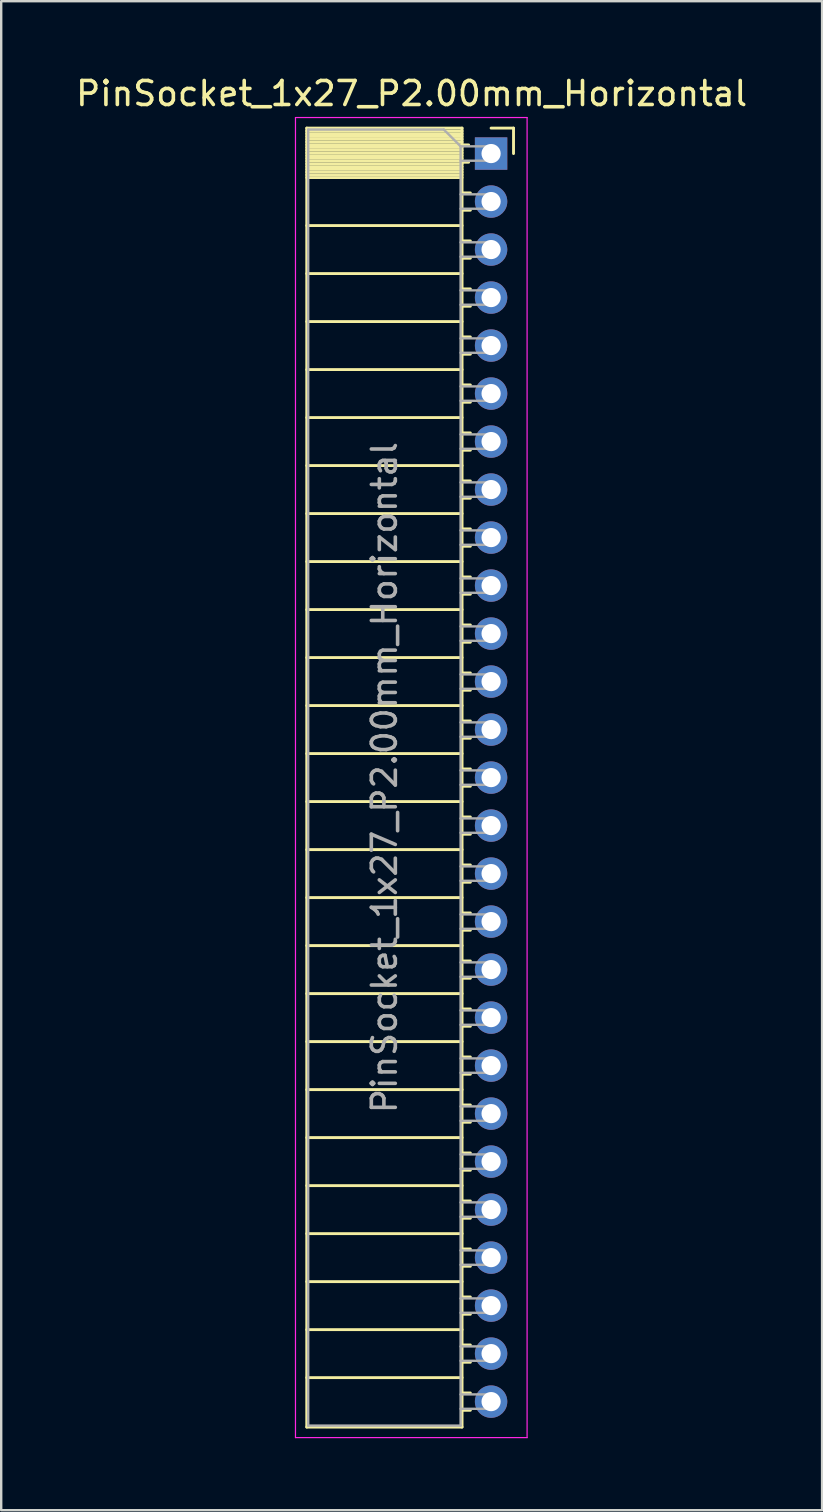
<source format=kicad_pcb>
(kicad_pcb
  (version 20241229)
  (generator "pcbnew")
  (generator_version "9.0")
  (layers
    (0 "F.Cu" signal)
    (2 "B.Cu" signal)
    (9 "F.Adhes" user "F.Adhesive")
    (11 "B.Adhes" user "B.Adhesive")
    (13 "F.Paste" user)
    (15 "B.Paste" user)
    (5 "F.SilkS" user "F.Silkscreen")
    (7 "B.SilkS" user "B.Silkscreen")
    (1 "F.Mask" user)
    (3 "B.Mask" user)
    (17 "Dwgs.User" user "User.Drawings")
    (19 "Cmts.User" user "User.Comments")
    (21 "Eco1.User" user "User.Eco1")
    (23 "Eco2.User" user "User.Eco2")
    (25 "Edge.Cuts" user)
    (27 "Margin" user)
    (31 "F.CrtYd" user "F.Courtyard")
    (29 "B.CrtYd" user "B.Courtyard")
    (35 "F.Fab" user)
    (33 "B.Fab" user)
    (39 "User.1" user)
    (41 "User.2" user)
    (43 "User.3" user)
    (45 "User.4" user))
  (footprint "PinSocket_1x27_P2.00mm_Horizontal"
    (layer "F.Cu")
    (at 17.411 3.348)
    (property "Reference" "PinSocket_1x27_P2.00mm_Horizontal" (at -3.31 -2.5 0) (layer "F.SilkS") (effects (font (size 1 1) (thickness 0.15))))
    (attr through_hole)
    (fp_line (start -7.68 -1.06) (end -7.68 53.06) (stroke (width 0.12) (type solid)) (layer "F.SilkS"))
    (fp_line (start -7.68 -1.06) (end -1.21 -1.06) (stroke (width 0.12) (type solid)) (layer "F.SilkS"))
    (fp_line (start -7.68 -0.94) (end -1.21 -0.94) (stroke (width 0.12) (type solid)) (layer "F.SilkS"))
    (fp_line (start -7.68 -0.826) (end -1.21 -0.826) (stroke (width 0.12) (type solid)) (layer "F.SilkS"))
    (fp_line (start -7.68 -0.712) (end -1.21 -0.712) (stroke (width 0.12) (type solid)) (layer "F.SilkS"))
    (fp_line (start -7.68 -0.598) (end -1.21 -0.598) (stroke (width 0.12) (type solid)) (layer "F.SilkS"))
    (fp_line (start -7.68 -0.484) (end -1.21 -0.484) (stroke (width 0.12) (type solid)) (layer "F.SilkS"))
    (fp_line (start -7.68 -0.369) (end -1.21 -0.369) (stroke (width 0.12) (type solid)) (layer "F.SilkS"))
    (fp_line (start -7.68 -0.255) (end -1.21 -0.255) (stroke (width 0.12) (type solid)) (layer "F.SilkS"))
    (fp_line (start -7.68 -0.141) (end -1.21 -0.141) (stroke (width 0.12) (type solid)) (layer "F.SilkS"))
    (fp_line (start -7.68 -0.027) (end -1.21 -0.027) (stroke (width 0.12) (type solid)) (layer "F.SilkS"))
    (fp_line (start -7.68 0.087) (end -1.21 0.087) (stroke (width 0.12) (type solid)) (layer "F.SilkS"))
    (fp_line (start -7.68 0.201) (end -1.21 0.201) (stroke (width 0.12) (type solid)) (layer "F.SilkS"))
    (fp_line (start -7.68 0.315) (end -1.21 0.315) (stroke (width 0.12) (type solid)) (layer "F.SilkS"))
    (fp_line (start -7.68 0.429) (end -1.21 0.429) (stroke (width 0.12) (type solid)) (layer "F.SilkS"))
    (fp_line (start -7.68 0.544) (end -1.21 0.544) (stroke (width 0.12) (type solid)) (layer "F.SilkS"))
    (fp_line (start -7.68 0.658) (end -1.21 0.658) (stroke (width 0.12) (type solid)) (layer "F.SilkS"))
    (fp_line (start -7.68 0.772) (end -1.21 0.772) (stroke (width 0.12) (type solid)) (layer "F.SilkS"))
    (fp_line (start -7.68 0.886) (end -1.21 0.886) (stroke (width 0.12) (type solid)) (layer "F.SilkS"))
    (fp_line (start -7.68 1) (end -1.21 1) (stroke (width 0.12) (type solid)) (layer "F.SilkS"))
    (fp_line (start -7.68 3) (end -1.21 3) (stroke (width 0.12) (type solid)) (layer "F.SilkS"))
    (fp_line (start -7.68 5) (end -1.21 5) (stroke (width 0.12) (type solid)) (layer "F.SilkS"))
    (fp_line (start -7.68 7) (end -1.21 7) (stroke (width 0.12) (type solid)) (layer "F.SilkS"))
    (fp_line (start -7.68 9) (end -1.21 9) (stroke (width 0.12) (type solid)) (layer "F.SilkS"))
    (fp_line (start -7.68 11) (end -1.21 11) (stroke (width 0.12) (type solid)) (layer "F.SilkS"))
    (fp_line (start -7.68 13) (end -1.21 13) (stroke (width 0.12) (type solid)) (layer "F.SilkS"))
    (fp_line (start -7.68 15) (end -1.21 15) (stroke (width 0.12) (type solid)) (layer "F.SilkS"))
    (fp_line (start -7.68 17) (end -1.21 17) (stroke (width 0.12) (type solid)) (layer "F.SilkS"))
    (fp_line (start -7.68 19) (end -1.21 19) (stroke (width 0.12) (type solid)) (layer "F.SilkS"))
    (fp_line (start -7.68 21) (end -1.21 21) (stroke (width 0.12) (type solid)) (layer "F.SilkS"))
    (fp_line (start -7.68 23) (end -1.21 23) (stroke (width 0.12) (type solid)) (layer "F.SilkS"))
    (fp_line (start -7.68 25) (end -1.21 25) (stroke (width 0.12) (type solid)) (layer "F.SilkS"))
    (fp_line (start -7.68 27) (end -1.21 27) (stroke (width 0.12) (type solid)) (layer "F.SilkS"))
    (fp_line (start -7.68 29) (end -1.21 29) (stroke (width 0.12) (type solid)) (layer "F.SilkS"))
    (fp_line (start -7.68 31) (end -1.21 31) (stroke (width 0.12) (type solid)) (layer "F.SilkS"))
    (fp_line (start -7.68 33) (end -1.21 33) (stroke (width 0.12) (type solid)) (layer "F.SilkS"))
    (fp_line (start -7.68 35) (end -1.21 35) (stroke (width 0.12) (type solid)) (layer "F.SilkS"))
    (fp_line (start -7.68 37) (end -1.21 37) (stroke (width 0.12) (type solid)) (layer "F.SilkS"))
    (fp_line (start -7.68 39) (end -1.21 39) (stroke (width 0.12) (type solid)) (layer "F.SilkS"))
    (fp_line (start -7.68 41) (end -1.21 41) (stroke (width 0.12) (type solid)) (layer "F.SilkS"))
    (fp_line (start -7.68 43) (end -1.21 43) (stroke (width 0.12) (type solid)) (layer "F.SilkS"))
    (fp_line (start -7.68 45) (end -1.21 45) (stroke (width 0.12) (type solid)) (layer "F.SilkS"))
    (fp_line (start -7.68 47) (end -1.21 47) (stroke (width 0.12) (type solid)) (layer "F.SilkS"))
    (fp_line (start -7.68 49) (end -1.21 49) (stroke (width 0.12) (type solid)) (layer "F.SilkS"))
    (fp_line (start -7.68 51) (end -1.21 51) (stroke (width 0.12) (type solid)) (layer "F.SilkS"))
    (fp_line (start -7.68 53.06) (end -1.21 53.06) (stroke (width 0.12) (type solid)) (layer "F.SilkS"))
    (fp_line (start -1.21 -1.06) (end -1.21 53.06) (stroke (width 0.12) (type solid)) (layer "F.SilkS"))
    (fp_line (start -1.21 -0.36) (end -0.935 -0.36) (stroke (width 0.12) (type solid)) (layer "F.SilkS"))
    (fp_line (start -1.21 0.36) (end -0.935 0.36) (stroke (width 0.12) (type solid)) (layer "F.SilkS"))
    (fp_line (start -1.21 1.64) (end -0.863 1.64) (stroke (width 0.12) (type solid)) (layer "F.SilkS"))
    (fp_line (start -1.21 2.36) (end -0.863 2.36) (stroke (width 0.12) (type solid)) (layer "F.SilkS"))
    (fp_line (start -1.21 3.64) (end -0.863 3.64) (stroke (width 0.12) (type solid)) (layer "F.SilkS"))
    (fp_line (start -1.21 4.36) (end -0.863 4.36) (stroke (width 0.12) (type solid)) (layer "F.SilkS"))
    (fp_line (start -1.21 5.64) (end -0.863 5.64) (stroke (width 0.12) (type solid)) (layer "F.SilkS"))
    (fp_line (start -1.21 6.36) (end -0.863 6.36) (stroke (width 0.12) (type solid)) (layer "F.SilkS"))
    (fp_line (start -1.21 7.64) (end -0.863 7.64) (stroke (width 0.12) (type solid)) (layer "F.SilkS"))
    (fp_line (start -1.21 8.36) (end -0.863 8.36) (stroke (width 0.12) (type solid)) (layer "F.SilkS"))
    (fp_line (start -1.21 9.64) (end -0.863 9.64) (stroke (width 0.12) (type solid)) (layer "F.SilkS"))
    (fp_line (start -1.21 10.36) (end -0.863 10.36) (stroke (width 0.12) (type solid)) (layer "F.SilkS"))
    (fp_line (start -1.21 11.64) (end -0.863 11.64) (stroke (width 0.12) (type solid)) (layer "F.SilkS"))
    (fp_line (start -1.21 12.36) (end -0.863 12.36) (stroke (width 0.12) (type solid)) (layer "F.SilkS"))
    (fp_line (start -1.21 13.64) (end -0.863 13.64) (stroke (width 0.12) (type solid)) (layer "F.SilkS"))
    (fp_line (start -1.21 14.36) (end -0.863 14.36) (stroke (width 0.12) (type solid)) (layer "F.SilkS"))
    (fp_line (start -1.21 15.64) (end -0.863 15.64) (stroke (width 0.12) (type solid)) (layer "F.SilkS"))
    (fp_line (start -1.21 16.36) (end -0.863 16.36) (stroke (width 0.12) (type solid)) (layer "F.SilkS"))
    (fp_line (start -1.21 17.64) (end -0.863 17.64) (stroke (width 0.12) (type solid)) (layer "F.SilkS"))
    (fp_line (start -1.21 18.36) (end -0.863 18.36) (stroke (width 0.12) (type solid)) (layer "F.SilkS"))
    (fp_line (start -1.21 19.64) (end -0.863 19.64) (stroke (width 0.12) (type solid)) (layer "F.SilkS"))
    (fp_line (start -1.21 20.36) (end -0.863 20.36) (stroke (width 0.12) (type solid)) (layer "F.SilkS"))
    (fp_line (start -1.21 21.64) (end -0.863 21.64) (stroke (width 0.12) (type solid)) (layer "F.SilkS"))
    (fp_line (start -1.21 22.36) (end -0.863 22.36) (stroke (width 0.12) (type solid)) (layer "F.SilkS"))
    (fp_line (start -1.21 23.64) (end -0.863 23.64) (stroke (width 0.12) (type solid)) (layer "F.SilkS"))
    (fp_line (start -1.21 24.36) (end -0.863 24.36) (stroke (width 0.12) (type solid)) (layer "F.SilkS"))
    (fp_line (start -1.21 25.64) (end -0.863 25.64) (stroke (width 0.12) (type solid)) (layer "F.SilkS"))
    (fp_line (start -1.21 26.36) (end -0.863 26.36) (stroke (width 0.12) (type solid)) (layer "F.SilkS"))
    (fp_line (start -1.21 27.64) (end -0.863 27.64) (stroke (width 0.12) (type solid)) (layer "F.SilkS"))
    (fp_line (start -1.21 28.36) (end -0.863 28.36) (stroke (width 0.12) (type solid)) (layer "F.SilkS"))
    (fp_line (start -1.21 29.64) (end -0.863 29.64) (stroke (width 0.12) (type solid)) (layer "F.SilkS"))
    (fp_line (start -1.21 30.36) (end -0.863 30.36) (stroke (width 0.12) (type solid)) (layer "F.SilkS"))
    (fp_line (start -1.21 31.64) (end -0.863 31.64) (stroke (width 0.12) (type solid)) (layer "F.SilkS"))
    (fp_line (start -1.21 32.36) (end -0.863 32.36) (stroke (width 0.12) (type solid)) (layer "F.SilkS"))
    (fp_line (start -1.21 33.64) (end -0.863 33.64) (stroke (width 0.12) (type solid)) (layer "F.SilkS"))
    (fp_line (start -1.21 34.36) (end -0.863 34.36) (stroke (width 0.12) (type solid)) (layer "F.SilkS"))
    (fp_line (start -1.21 35.64) (end -0.863 35.64) (stroke (width 0.12) (type solid)) (layer "F.SilkS"))
    (fp_line (start -1.21 36.36) (end -0.863 36.36) (stroke (width 0.12) (type solid)) (layer "F.SilkS"))
    (fp_line (start -1.21 37.64) (end -0.863 37.64) (stroke (width 0.12) (type solid)) (layer "F.SilkS"))
    (fp_line (start -1.21 38.36) (end -0.863 38.36) (stroke (width 0.12) (type solid)) (layer "F.SilkS"))
    (fp_line (start -1.21 39.64) (end -0.863 39.64) (stroke (width 0.12) (type solid)) (layer "F.SilkS"))
    (fp_line (start -1.21 40.36) (end -0.863 40.36) (stroke (width 0.12) (type solid)) (layer "F.SilkS"))
    (fp_line (start -1.21 41.64) (end -0.863 41.64) (stroke (width 0.12) (type solid)) (layer "F.SilkS"))
    (fp_line (start -1.21 42.36) (end -0.863 42.36) (stroke (width 0.12) (type solid)) (layer "F.SilkS"))
    (fp_line (start -1.21 43.64) (end -0.863 43.64) (stroke (width 0.12) (type solid)) (layer "F.SilkS"))
    (fp_line (start -1.21 44.36) (end -0.863 44.36) (stroke (width 0.12) (type solid)) (layer "F.SilkS"))
    (fp_line (start -1.21 45.64) (end -0.863 45.64) (stroke (width 0.12) (type solid)) (layer "F.SilkS"))
    (fp_line (start -1.21 46.36) (end -0.863 46.36) (stroke (width 0.12) (type solid)) (layer "F.SilkS"))
    (fp_line (start -1.21 47.64) (end -0.863 47.64) (stroke (width 0.12) (type solid)) (layer "F.SilkS"))
    (fp_line (start -1.21 48.36) (end -0.863 48.36) (stroke (width 0.12) (type solid)) (layer "F.SilkS"))
    (fp_line (start -1.21 49.64) (end -0.863 49.64) (stroke (width 0.12) (type solid)) (layer "F.SilkS"))
    (fp_line (start -1.21 50.36) (end -0.863 50.36) (stroke (width 0.12) (type solid)) (layer "F.SilkS"))
    (fp_line (start -1.21 51.64) (end -0.863 51.64) (stroke (width 0.12) (type solid)) (layer "F.SilkS"))
    (fp_line (start -1.21 52.36) (end -0.863 52.36) (stroke (width 0.12) (type solid)) (layer "F.SilkS"))
    (fp_line (start 0 -1.06) (end 0.935 -1.06) (stroke (width 0.12) (type solid)) (layer "F.SilkS"))
    (fp_line (start 0.935 -1.06) (end 0.935 0) (stroke (width 0.12) (type solid)) (layer "F.SilkS"))
    (fp_line (start -8.15 -1.5) (end -8.15 53.5) (stroke (width 0.05) (type solid)) (layer "F.CrtYd"))
    (fp_line (start -8.15 53.5) (end 1.5 53.5) (stroke (width 0.05) (type solid)) (layer "F.CrtYd"))
    (fp_line (start 1.5 -1.5) (end -8.15 -1.5) (stroke (width 0.05) (type solid)) (layer "F.CrtYd"))
    (fp_line (start 1.5 53.5) (end 1.5 -1.5) (stroke (width 0.05) (type solid)) (layer "F.CrtYd"))
    (fp_line (start -7.62 -1) (end -1.97 -1) (stroke (width 0.1) (type solid)) (layer "F.Fab"))
    (fp_line (start -7.62 53) (end -7.62 -1) (stroke (width 0.1) (type solid)) (layer "F.Fab"))
    (fp_line (start -1.97 -1) (end -1.27 -0.3) (stroke (width 0.1) (type solid)) (layer "F.Fab"))
    (fp_line (start -1.27 -0.3) (end -1.27 53) (stroke (width 0.1) (type solid)) (layer "F.Fab"))
    (fp_line (start -1.27 0.3) (end 0 0.3) (stroke (width 0.1) (type solid)) (layer "F.Fab"))
    (fp_line (start -1.27 2.3) (end 0 2.3) (stroke (width 0.1) (type solid)) (layer "F.Fab"))
    (fp_line (start -1.27 4.3) (end 0 4.3) (stroke (width 0.1) (type solid)) (layer "F.Fab"))
    (fp_line (start -1.27 6.3) (end 0 6.3) (stroke (width 0.1) (type solid)) (layer "F.Fab"))
    (fp_line (start -1.27 8.3) (end 0 8.3) (stroke (width 0.1) (type solid)) (layer "F.Fab"))
    (fp_line (start -1.27 10.3) (end 0 10.3) (stroke (width 0.1) (type solid)) (layer "F.Fab"))
    (fp_line (start -1.27 12.3) (end 0 12.3) (stroke (width 0.1) (type solid)) (layer "F.Fab"))
    (fp_line (start -1.27 14.3) (end 0 14.3) (stroke (width 0.1) (type solid)) (layer "F.Fab"))
    (fp_line (start -1.27 16.3) (end 0 16.3) (stroke (width 0.1) (type solid)) (layer "F.Fab"))
    (fp_line (start -1.27 18.3) (end 0 18.3) (stroke (width 0.1) (type solid)) (layer "F.Fab"))
    (fp_line (start -1.27 20.3) (end 0 20.3) (stroke (width 0.1) (type solid)) (layer "F.Fab"))
    (fp_line (start -1.27 22.3) (end 0 22.3) (stroke (width 0.1) (type solid)) (layer "F.Fab"))
    (fp_line (start -1.27 24.3) (end 0 24.3) (stroke (width 0.1) (type solid)) (layer "F.Fab"))
    (fp_line (start -1.27 26.3) (end 0 26.3) (stroke (width 0.1) (type solid)) (layer "F.Fab"))
    (fp_line (start -1.27 28.3) (end 0 28.3) (stroke (width 0.1) (type solid)) (layer "F.Fab"))
    (fp_line (start -1.27 30.3) (end 0 30.3) (stroke (width 0.1) (type solid)) (layer "F.Fab"))
    (fp_line (start -1.27 32.3) (end 0 32.3) (stroke (width 0.1) (type solid)) (layer "F.Fab"))
    (fp_line (start -1.27 34.3) (end 0 34.3) (stroke (width 0.1) (type solid)) (layer "F.Fab"))
    (fp_line (start -1.27 36.3) (end 0 36.3) (stroke (width 0.1) (type solid)) (layer "F.Fab"))
    (fp_line (start -1.27 38.3) (end 0 38.3) (stroke (width 0.1) (type solid)) (layer "F.Fab"))
    (fp_line (start -1.27 40.3) (end 0 40.3) (stroke (width 0.1) (type solid)) (layer "F.Fab"))
    (fp_line (start -1.27 42.3) (end 0 42.3) (stroke (width 0.1) (type solid)) (layer "F.Fab"))
    (fp_line (start -1.27 44.3) (end 0 44.3) (stroke (width 0.1) (type solid)) (layer "F.Fab"))
    (fp_line (start -1.27 46.3) (end 0 46.3) (stroke (width 0.1) (type solid)) (layer "F.Fab"))
    (fp_line (start -1.27 48.3) (end 0 48.3) (stroke (width 0.1) (type solid)) (layer "F.Fab"))
    (fp_line (start -1.27 50.3) (end 0 50.3) (stroke (width 0.1) (type solid)) (layer "F.Fab"))
    (fp_line (start -1.27 52.3) (end 0 52.3) (stroke (width 0.1) (type solid)) (layer "F.Fab"))
    (fp_line (start -1.27 53) (end -7.62 53) (stroke (width 0.1) (type solid)) (layer "F.Fab"))
    (fp_line (start 0 -0.3) (end -1.27 -0.3) (stroke (width 0.1) (type solid)) (layer "F.Fab"))
    (fp_line (start 0 0.3) (end 0 -0.3) (stroke (width 0.1) (type solid)) (layer "F.Fab"))
    (fp_line (start 0 1.7) (end -1.27 1.7) (stroke (width 0.1) (type solid)) (layer "F.Fab"))
    (fp_line (start 0 2.3) (end 0 1.7) (stroke (width 0.1) (type solid)) (layer "F.Fab"))
    (fp_line (start 0 3.7) (end -1.27 3.7) (stroke (width 0.1) (type solid)) (layer "F.Fab"))
    (fp_line (start 0 4.3) (end 0 3.7) (stroke (width 0.1) (type solid)) (layer "F.Fab"))
    (fp_line (start 0 5.7) (end -1.27 5.7) (stroke (width 0.1) (type solid)) (layer "F.Fab"))
    (fp_line (start 0 6.3) (end 0 5.7) (stroke (width 0.1) (type solid)) (layer "F.Fab"))
    (fp_line (start 0 7.7) (end -1.27 7.7) (stroke (width 0.1) (type solid)) (layer "F.Fab"))
    (fp_line (start 0 8.3) (end 0 7.7) (stroke (width 0.1) (type solid)) (layer "F.Fab"))
    (fp_line (start 0 9.7) (end -1.27 9.7) (stroke (width 0.1) (type solid)) (layer "F.Fab"))
    (fp_line (start 0 10.3) (end 0 9.7) (stroke (width 0.1) (type solid)) (layer "F.Fab"))
    (fp_line (start 0 11.7) (end -1.27 11.7) (stroke (width 0.1) (type solid)) (layer "F.Fab"))
    (fp_line (start 0 12.3) (end 0 11.7) (stroke (width 0.1) (type solid)) (layer "F.Fab"))
    (fp_line (start 0 13.7) (end -1.27 13.7) (stroke (width 0.1) (type solid)) (layer "F.Fab"))
    (fp_line (start 0 14.3) (end 0 13.7) (stroke (width 0.1) (type solid)) (layer "F.Fab"))
    (fp_line (start 0 15.7) (end -1.27 15.7) (stroke (width 0.1) (type solid)) (layer "F.Fab"))
    (fp_line (start 0 16.3) (end 0 15.7) (stroke (width 0.1) (type solid)) (layer "F.Fab"))
    (fp_line (start 0 17.7) (end -1.27 17.7) (stroke (width 0.1) (type solid)) (layer "F.Fab"))
    (fp_line (start 0 18.3) (end 0 17.7) (stroke (width 0.1) (type solid)) (layer "F.Fab"))
    (fp_line (start 0 19.7) (end -1.27 19.7) (stroke (width 0.1) (type solid)) (layer "F.Fab"))
    (fp_line (start 0 20.3) (end 0 19.7) (stroke (width 0.1) (type solid)) (layer "F.Fab"))
    (fp_line (start 0 21.7) (end -1.27 21.7) (stroke (width 0.1) (type solid)) (layer "F.Fab"))
    (fp_line (start 0 22.3) (end 0 21.7) (stroke (width 0.1) (type solid)) (layer "F.Fab"))
    (fp_line (start 0 23.7) (end -1.27 23.7) (stroke (width 0.1) (type solid)) (layer "F.Fab"))
    (fp_line (start 0 24.3) (end 0 23.7) (stroke (width 0.1) (type solid)) (layer "F.Fab"))
    (fp_line (start 0 25.7) (end -1.27 25.7) (stroke (width 0.1) (type solid)) (layer "F.Fab"))
    (fp_line (start 0 26.3) (end 0 25.7) (stroke (width 0.1) (type solid)) (layer "F.Fab"))
    (fp_line (start 0 27.7) (end -1.27 27.7) (stroke (width 0.1) (type solid)) (layer "F.Fab"))
    (fp_line (start 0 28.3) (end 0 27.7) (stroke (width 0.1) (type solid)) (layer "F.Fab"))
    (fp_line (start 0 29.7) (end -1.27 29.7) (stroke (width 0.1) (type solid)) (layer "F.Fab"))
    (fp_line (start 0 30.3) (end 0 29.7) (stroke (width 0.1) (type solid)) (layer "F.Fab"))
    (fp_line (start 0 31.7) (end -1.27 31.7) (stroke (width 0.1) (type solid)) (layer "F.Fab"))
    (fp_line (start 0 32.3) (end 0 31.7) (stroke (width 0.1) (type solid)) (layer "F.Fab"))
    (fp_line (start 0 33.7) (end -1.27 33.7) (stroke (width 0.1) (type solid)) (layer "F.Fab"))
    (fp_line (start 0 34.3) (end 0 33.7) (stroke (width 0.1) (type solid)) (layer "F.Fab"))
    (fp_line (start 0 35.7) (end -1.27 35.7) (stroke (width 0.1) (type solid)) (layer "F.Fab"))
    (fp_line (start 0 36.3) (end 0 35.7) (stroke (width 0.1) (type solid)) (layer "F.Fab"))
    (fp_line (start 0 37.7) (end -1.27 37.7) (stroke (width 0.1) (type solid)) (layer "F.Fab"))
    (fp_line (start 0 38.3) (end 0 37.7) (stroke (width 0.1) (type solid)) (layer "F.Fab"))
    (fp_line (start 0 39.7) (end -1.27 39.7) (stroke (width 0.1) (type solid)) (layer "F.Fab"))
    (fp_line (start 0 40.3) (end 0 39.7) (stroke (width 0.1) (type solid)) (layer "F.Fab"))
    (fp_line (start 0 41.7) (end -1.27 41.7) (stroke (width 0.1) (type solid)) (layer "F.Fab"))
    (fp_line (start 0 42.3) (end 0 41.7) (stroke (width 0.1) (type solid)) (layer "F.Fab"))
    (fp_line (start 0 43.7) (end -1.27 43.7) (stroke (width 0.1) (type solid)) (layer "F.Fab"))
    (fp_line (start 0 44.3) (end 0 43.7) (stroke (width 0.1) (type solid)) (layer "F.Fab"))
    (fp_line (start 0 45.7) (end -1.27 45.7) (stroke (width 0.1) (type solid)) (layer "F.Fab"))
    (fp_line (start 0 46.3) (end 0 45.7) (stroke (width 0.1) (type solid)) (layer "F.Fab"))
    (fp_line (start 0 47.7) (end -1.27 47.7) (stroke (width 0.1) (type solid)) (layer "F.Fab"))
    (fp_line (start 0 48.3) (end 0 47.7) (stroke (width 0.1) (type solid)) (layer "F.Fab"))
    (fp_line (start 0 49.7) (end -1.27 49.7) (stroke (width 0.1) (type solid)) (layer "F.Fab"))
    (fp_line (start 0 50.3) (end 0 49.7) (stroke (width 0.1) (type solid)) (layer "F.Fab"))
    (fp_line (start 0 51.7) (end -1.27 51.7) (stroke (width 0.1) (type solid)) (layer "F.Fab"))
    (fp_line (start 0 52.3) (end 0 51.7) (stroke (width 0.1) (type solid)) (layer "F.Fab"))
    (fp_text user "${REFERENCE}" (at -4.445 26 90) (layer "F.Fab") (effects (font (size 1 1) (thickness 0.15))))
    (pad "1" thru_hole rect (at 0 0) (size 1.35 1.35) (drill 0.8) (layers "*.Cu" "*.Mask"))
    (pad "2" thru_hole oval (at 0 2) (size 1.35 1.35) (drill 0.8) (layers "*.Cu" "*.Mask"))
    (pad "3" thru_hole oval (at 0 4) (size 1.35 1.35) (drill 0.8) (layers "*.Cu" "*.Mask"))
    (pad "4" thru_hole oval (at 0 6) (size 1.35 1.35) (drill 0.8) (layers "*.Cu" "*.Mask"))
    (pad "5" thru_hole oval (at 0 8) (size 1.35 1.35) (drill 0.8) (layers "*.Cu" "*.Mask"))
    (pad "6" thru_hole oval (at 0 10) (size 1.35 1.35) (drill 0.8) (layers "*.Cu" "*.Mask"))
    (pad "7" thru_hole oval (at 0 12) (size 1.35 1.35) (drill 0.8) (layers "*.Cu" "*.Mask"))
    (pad "8" thru_hole oval (at 0 14) (size 1.35 1.35) (drill 0.8) (layers "*.Cu" "*.Mask"))
    (pad "9" thru_hole oval (at 0 16) (size 1.35 1.35) (drill 0.8) (layers "*.Cu" "*.Mask"))
    (pad "10" thru_hole oval (at 0 18) (size 1.35 1.35) (drill 0.8) (layers "*.Cu" "*.Mask"))
    (pad "11" thru_hole oval (at 0 20) (size 1.35 1.35) (drill 0.8) (layers "*.Cu" "*.Mask"))
    (pad "12" thru_hole oval (at 0 22) (size 1.35 1.35) (drill 0.8) (layers "*.Cu" "*.Mask"))
    (pad "13" thru_hole oval (at 0 24) (size 1.35 1.35) (drill 0.8) (layers "*.Cu" "*.Mask"))
    (pad "14" thru_hole oval (at 0 26) (size 1.35 1.35) (drill 0.8) (layers "*.Cu" "*.Mask"))
    (pad "15" thru_hole oval (at 0 28) (size 1.35 1.35) (drill 0.8) (layers "*.Cu" "*.Mask"))
    (pad "16" thru_hole oval (at 0 30) (size 1.35 1.35) (drill 0.8) (layers "*.Cu" "*.Mask"))
    (pad "17" thru_hole oval (at 0 32) (size 1.35 1.35) (drill 0.8) (layers "*.Cu" "*.Mask"))
    (pad "18" thru_hole oval (at 0 34) (size 1.35 1.35) (drill 0.8) (layers "*.Cu" "*.Mask"))
    (pad "19" thru_hole oval (at 0 36) (size 1.35 1.35) (drill 0.8) (layers "*.Cu" "*.Mask"))
    (pad "20" thru_hole oval (at 0 38) (size 1.35 1.35) (drill 0.8) (layers "*.Cu" "*.Mask"))
    (pad "21" thru_hole oval (at 0 40) (size 1.35 1.35) (drill 0.8) (layers "*.Cu" "*.Mask"))
    (pad "22" thru_hole oval (at 0 42) (size 1.35 1.35) (drill 0.8) (layers "*.Cu" "*.Mask"))
    (pad "23" thru_hole oval (at 0 44) (size 1.35 1.35) (drill 0.8) (layers "*.Cu" "*.Mask"))
    (pad "24" thru_hole oval (at 0 46) (size 1.35 1.35) (drill 0.8) (layers "*.Cu" "*.Mask"))
    (pad "25" thru_hole oval (at 0 48) (size 1.35 1.35) (drill 0.8) (layers "*.Cu" "*.Mask"))
    (pad "26" thru_hole oval (at 0 50) (size 1.35 1.35) (drill 0.8) (layers "*.Cu" "*.Mask"))
    (pad "27" thru_hole oval (at 0 52) (size 1.35 1.35) (drill 0.8) (layers "*.Cu" "*.Mask")))
  (gr_rect
    (start -3 -3)
    (end 31.202 59.873)
    (stroke (width 0.1) (type default))
    (fill no)
    (layer "Edge.Cuts")))
</source>
